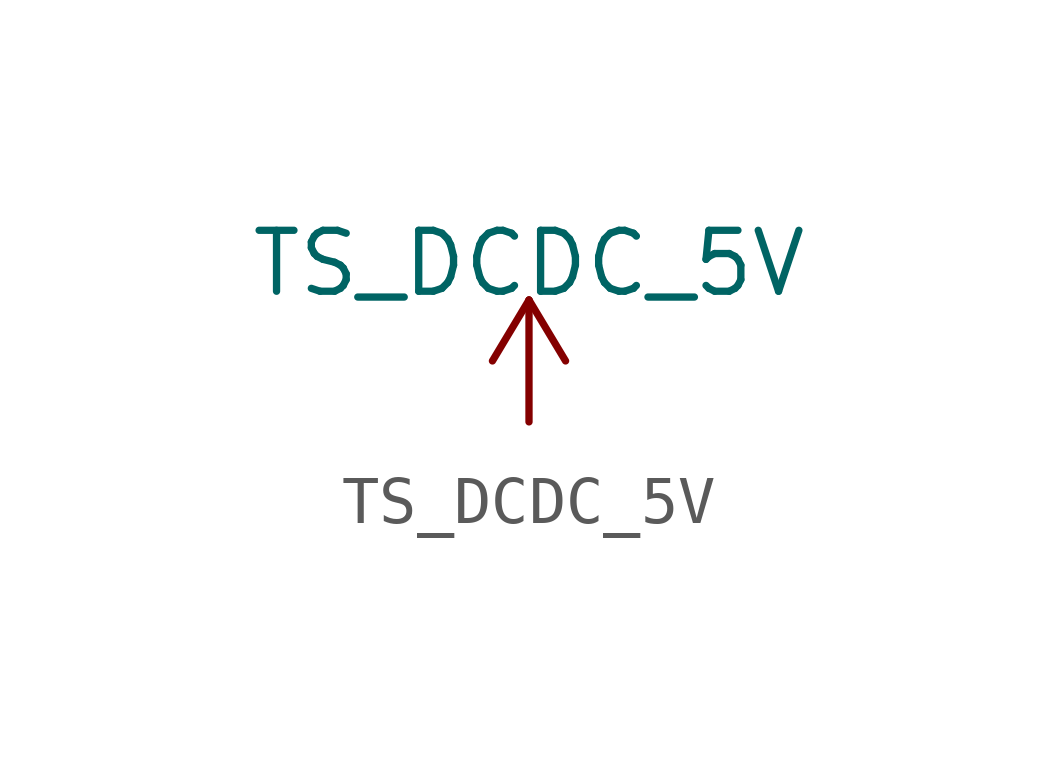
<source format=kicad_sym>
(kicad_symbol_lib
  (version 20231120)
  (generator "kicad_symbol_editor")
  (generator_version "8.0")
  (symbol "TS_DCDC_5V"
    (power)
    (pin_names
      (offset 0))
    (property "Reference" "#PWR"
      (at 0 -3.81 0)
      (effects (font (size 1.27 1.27)) (hide yes)))
    (property "Value" "TS_DCDC_5V"
      (at 0 3.302 0)
      (effects (font (size 1.27 1.27))))
    (symbol "TS_DCDC_5V_0_1"
      (polyline (pts (xy -0.762 1.27) (xy 0 2.54)) (stroke (width 0) (type default)) (fill (type none)))
      (polyline (pts (xy 0 0) (xy 0 2.54)) (stroke (width 0) (type default)) (fill (type none)))
      (polyline (pts (xy 0 2.54) (xy 0.762 1.27)) (stroke (width 0) (type default)) (fill (type none))))
    (symbol "TS_DCDC_5V_1_1"
      (pin power_in line (at 0 0 90) (length 0) hide (name "TS_DCDC_5V" (effects (font (size 1.27 1.27)))) (number "1" (effects (font (size 1.27 1.27))))))))
</source>
